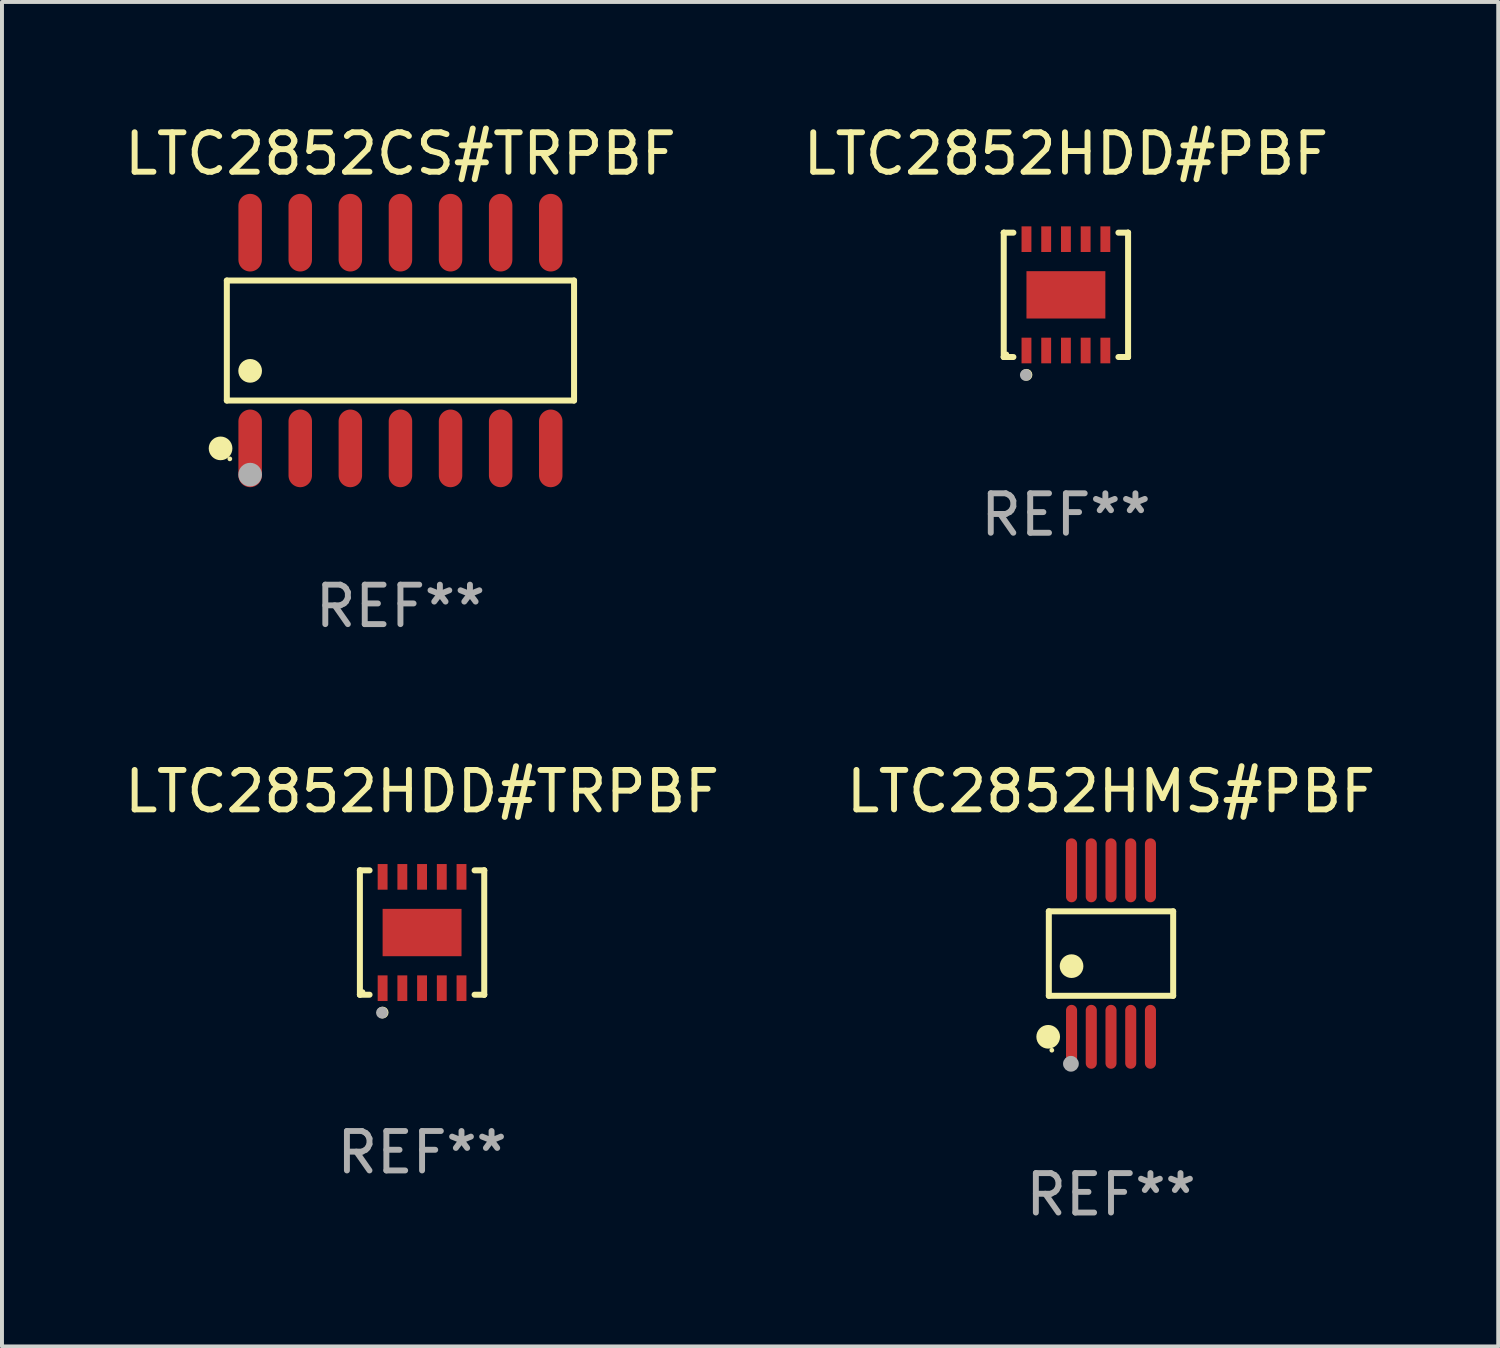
<source format=kicad_pcb>
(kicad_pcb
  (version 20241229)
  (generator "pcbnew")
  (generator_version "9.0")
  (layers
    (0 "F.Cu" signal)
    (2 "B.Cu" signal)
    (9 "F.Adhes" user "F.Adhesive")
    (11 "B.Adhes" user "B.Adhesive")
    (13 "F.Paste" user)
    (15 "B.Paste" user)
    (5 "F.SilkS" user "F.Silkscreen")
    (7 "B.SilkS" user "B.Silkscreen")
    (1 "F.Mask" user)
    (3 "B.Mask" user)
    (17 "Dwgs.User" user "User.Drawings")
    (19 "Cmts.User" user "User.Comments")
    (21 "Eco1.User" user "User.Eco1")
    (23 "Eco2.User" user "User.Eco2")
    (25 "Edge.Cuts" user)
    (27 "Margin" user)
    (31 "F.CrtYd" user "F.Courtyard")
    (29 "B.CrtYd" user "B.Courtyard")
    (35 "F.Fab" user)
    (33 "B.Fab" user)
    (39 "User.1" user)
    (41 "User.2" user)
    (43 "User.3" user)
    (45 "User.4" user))
  (footprint "LTC2852CS#TRPBF"
    (layer "F.Cu")
    (at 7.101 5.582)
    (property "Reference" "LTC2852CS#TRPBF" (at 0 -4.734 0) (layer "F.SilkS") (effects (font (size 1 1) (thickness 0.15))))
    (attr through_hole)
    (fp_line (start -4.401 -1.521) (end 4.401 -1.521) (stroke (width 0.152) (type solid)) (layer "F.SilkS"))
    (fp_line (start -4.401 1.521) (end -4.401 -1.521) (stroke (width 0.152) (type solid)) (layer "F.SilkS"))
    (fp_line (start 4.401 -1.521) (end 4.401 1.521) (stroke (width 0.152) (type solid)) (layer "F.SilkS"))
    (fp_line (start 4.401 1.521) (end -4.401 1.521) (stroke (width 0.152) (type solid)) (layer "F.SilkS"))
    (fp_circle (center -4.56 2.734) (end -4.41 2.734) (stroke (width 0.3) (type solid)) (fill no) (layer "F.SilkS"))
    (fp_circle (center -4.325 3) (end -4.295 3) (stroke (width 0.06) (type solid)) (fill no) (layer "F.SilkS"))
    (fp_circle (center -3.81 0.769) (end -3.66 0.769) (stroke (width 0.3) (type solid)) (fill no) (layer "F.SilkS"))
    (fp_circle (center -3.81 3.4) (end -3.66 3.4) (stroke (width 0.3) (type solid)) (fill no) (layer "F.Fab"))
    (fp_text user "REF**" (at 0 6.734 0) (layer "F.Fab") (effects (font (size 1 1) (thickness 0.15))))
    (pad "1" smd oval (at -3.81 2.734) (size 0.595 1.968) (layers "F.Cu" "F.Mask" "F.Paste"))
    (pad "2" smd oval (at -2.54 2.734) (size 0.595 1.968) (layers "F.Cu" "F.Mask" "F.Paste"))
    (pad "3" smd oval (at -1.27 2.734) (size 0.595 1.968) (layers "F.Cu" "F.Mask" "F.Paste"))
    (pad "4" smd oval (at 0 2.734) (size 0.595 1.968) (layers "F.Cu" "F.Mask" "F.Paste"))
    (pad "5" smd oval (at 1.27 2.734) (size 0.595 1.968) (layers "F.Cu" "F.Mask" "F.Paste"))
    (pad "6" smd oval (at 2.54 2.734) (size 0.595 1.968) (layers "F.Cu" "F.Mask" "F.Paste"))
    (pad "7" smd oval (at 3.81 2.734) (size 0.595 1.968) (layers "F.Cu" "F.Mask" "F.Paste"))
    (pad "8" smd oval (at 3.81 -2.734) (size 0.595 1.968) (layers "F.Cu" "F.Mask" "F.Paste"))
    (pad "9" smd oval (at 2.54 -2.734) (size 0.595 1.968) (layers "F.Cu" "F.Mask" "F.Paste"))
    (pad "10" smd oval (at 1.27 -2.734) (size 0.595 1.968) (layers "F.Cu" "F.Mask" "F.Paste"))
    (pad "11" smd oval (at 0 -2.734) (size 0.595 1.968) (layers "F.Cu" "F.Mask" "F.Paste"))
    (pad "12" smd oval (at -1.27 -2.734) (size 0.595 1.968) (layers "F.Cu" "F.Mask" "F.Paste"))
    (pad "13" smd oval (at -2.54 -2.734) (size 0.595 1.968) (layers "F.Cu" "F.Mask" "F.Paste"))
    (pad "14" smd oval (at -3.81 -2.734) (size 0.595 1.968) (layers "F.Cu" "F.Mask" "F.Paste")))
  (footprint "LTC2852HMS#PBF"
    (layer "F.Cu")
    (at 25.113 21.122)
    (property "Reference" "LTC2852HMS#PBF" (at 0 -4.11 0) (layer "F.SilkS") (effects (font (size 1 1) (thickness 0.15))))
    (attr through_hole)
    (fp_line (start -1.576 -1.071) (end 1.576 -1.071) (stroke (width 0.152) (type solid)) (layer "F.SilkS"))
    (fp_line (start -1.576 1.071) (end -1.576 -1.071) (stroke (width 0.152) (type solid)) (layer "F.SilkS"))
    (fp_line (start 1.576 -1.071) (end 1.576 1.071) (stroke (width 0.152) (type solid)) (layer "F.SilkS"))
    (fp_line (start 1.576 1.071) (end -1.576 1.071) (stroke (width 0.152) (type solid)) (layer "F.SilkS"))
    (fp_circle (center -1.592 2.11) (end -1.442 2.11) (stroke (width 0.3) (type solid)) (fill no) (layer "F.SilkS"))
    (fp_circle (center -1.5 2.45) (end -1.47 2.45) (stroke (width 0.06) (type solid)) (fill no) (layer "F.SilkS"))
    (fp_circle (center -1 0.319) (end -0.85 0.319) (stroke (width 0.3) (type solid)) (fill no) (layer "F.SilkS"))
    (fp_circle (center -1.016 2.794) (end -0.916 2.794) (stroke (width 0.2) (type solid)) (fill no) (layer "F.Fab"))
    (fp_text user "REF**" (at 0 6.11 0) (layer "F.Fab") (effects (font (size 1 1) (thickness 0.15))))
    (pad "1" smd oval (at -1 2.11) (size 0.28 1.62) (layers "F.Cu" "F.Mask" "F.Paste"))
    (pad "2" smd oval (at -0.5 2.11) (size 0.28 1.62) (layers "F.Cu" "F.Mask" "F.Paste"))
    (pad "3" smd oval (at 0 2.11) (size 0.28 1.62) (layers "F.Cu" "F.Mask" "F.Paste"))
    (pad "4" smd oval (at 0.5 2.11) (size 0.28 1.62) (layers "F.Cu" "F.Mask" "F.Paste"))
    (pad "5" smd oval (at 1 2.11) (size 0.28 1.62) (layers "F.Cu" "F.Mask" "F.Paste"))
    (pad "6" smd oval (at 1 -2.11) (size 0.28 1.62) (layers "F.Cu" "F.Mask" "F.Paste"))
    (pad "7" smd oval (at 0.5 -2.11) (size 0.28 1.62) (layers "F.Cu" "F.Mask" "F.Paste"))
    (pad "8" smd oval (at 0 -2.11) (size 0.28 1.62) (layers "F.Cu" "F.Mask" "F.Paste"))
    (pad "9" smd oval (at -0.5 -2.11) (size 0.28 1.62) (layers "F.Cu" "F.Mask" "F.Paste"))
    (pad "10" smd oval (at -1 -2.11) (size 0.28 1.62) (layers "F.Cu" "F.Mask" "F.Paste")))
  (footprint "LTC2852HDD#TRPBF"
    (layer "F.Cu")
    (at 7.649 20.589)
    (property "Reference" "LTC2852HDD#TRPBF" (at 0 -3.576 0) (layer "F.SilkS") (effects (font (size 1 1) (thickness 0.15))))
    (attr through_hole)
    (fp_line (start -1.576 -1.576) (end -1.576 -1.576) (stroke (width 0.152) (type solid)) (layer "F.SilkS"))
    (fp_line (start -1.576 -1.576) (end -1.331 -1.576) (stroke (width 0.152) (type solid)) (layer "F.SilkS"))
    (fp_line (start -1.576 1.576) (end -1.576 -1.576) (stroke (width 0.152) (type solid)) (layer "F.SilkS"))
    (fp_line (start -1.576 1.576) (end -1.576 1.576) (stroke (width 0.152) (type solid)) (layer "F.SilkS"))
    (fp_line (start -1.331 1.576) (end -1.576 1.576) (stroke (width 0.152) (type solid)) (layer "F.SilkS"))
    (fp_line (start 1.331 1.576) (end 1.576 1.576) (stroke (width 0.152) (type solid)) (layer "F.SilkS"))
    (fp_line (start 1.576 -1.576) (end 1.331 -1.576) (stroke (width 0.152) (type solid)) (layer "F.SilkS"))
    (fp_line (start 1.576 -1.576) (end 1.576 -1.576) (stroke (width 0.152) (type solid)) (layer "F.SilkS"))
    (fp_line (start 1.576 1.576) (end 1.576 -1.576) (stroke (width 0.152) (type solid)) (layer "F.SilkS"))
    (fp_line (start 1.576 1.576) (end 1.576 1.576) (stroke (width 0.152) (type solid)) (layer "F.SilkS"))
    (fp_circle (center -1.5 1.5) (end -1.47 1.5) (stroke (width 0.06) (type solid)) (fill no) (layer "F.SilkS"))
    (fp_circle (center -1 2.028) (end -0.925 2.028) (stroke (width 0.15) (type solid)) (fill no) (layer "F.SilkS"))
    (fp_circle (center -1.016 2.032) (end -0.941 2.032) (stroke (width 0.15) (type solid)) (fill no) (layer "F.Fab"))
    (fp_text user "REF**" (at 0 5.576 0) (layer "F.Fab") (effects (font (size 1 1) (thickness 0.15))))
    (pad "1" smd rect (at -1 1.411) (size 0.25 0.65) (layers "F.Cu" "F.Mask" "F.Paste"))
    (pad "2" smd rect (at -0.5 1.411) (size 0.25 0.65) (layers "F.Cu" "F.Mask" "F.Paste"))
    (pad "3" smd rect (at 0 1.411) (size 0.25 0.65) (layers "F.Cu" "F.Mask" "F.Paste"))
    (pad "4" smd rect (at 0.5 1.411) (size 0.25 0.65) (layers "F.Cu" "F.Mask" "F.Paste"))
    (pad "5" smd rect (at 1 1.411) (size 0.25 0.65) (layers "F.Cu" "F.Mask" "F.Paste"))
    (pad "6" smd rect (at 1 -1.411) (size 0.25 0.65) (layers "F.Cu" "F.Mask" "F.Paste"))
    (pad "7" smd rect (at 0.5 -1.411) (size 0.25 0.65) (layers "F.Cu" "F.Mask" "F.Paste"))
    (pad "8" smd rect (at 0 -1.411) (size 0.25 0.65) (layers "F.Cu" "F.Mask" "F.Paste"))
    (pad "9" smd rect (at -0.5 -1.411) (size 0.25 0.65) (layers "F.Cu" "F.Mask" "F.Paste"))
    (pad "10" smd rect (at -1 -1.411) (size 0.25 0.65) (layers "F.Cu" "F.Mask" "F.Paste"))
    (pad "11" smd rect (at 0 0) (size 2 1.2) (layers "F.Cu" "F.Mask" "F.Paste")))
  (footprint "LTC2852HDD#PBF"
    (layer "F.Cu")
    (at 23.97 4.424)
    (property "Reference" "LTC2852HDD#PBF" (at 0 -3.576 0) (layer "F.SilkS") (effects (font (size 1 1) (thickness 0.15))))
    (attr through_hole)
    (fp_line (start -1.576 -1.576) (end -1.576 -1.576) (stroke (width 0.152) (type solid)) (layer "F.SilkS"))
    (fp_line (start -1.576 -1.576) (end -1.331 -1.576) (stroke (width 0.152) (type solid)) (layer "F.SilkS"))
    (fp_line (start -1.576 1.576) (end -1.576 -1.576) (stroke (width 0.152) (type solid)) (layer "F.SilkS"))
    (fp_line (start -1.576 1.576) (end -1.576 1.576) (stroke (width 0.152) (type solid)) (layer "F.SilkS"))
    (fp_line (start -1.331 1.576) (end -1.576 1.576) (stroke (width 0.152) (type solid)) (layer "F.SilkS"))
    (fp_line (start 1.331 1.576) (end 1.576 1.576) (stroke (width 0.152) (type solid)) (layer "F.SilkS"))
    (fp_line (start 1.576 -1.576) (end 1.331 -1.576) (stroke (width 0.152) (type solid)) (layer "F.SilkS"))
    (fp_line (start 1.576 -1.576) (end 1.576 -1.576) (stroke (width 0.152) (type solid)) (layer "F.SilkS"))
    (fp_line (start 1.576 1.576) (end 1.576 -1.576) (stroke (width 0.152) (type solid)) (layer "F.SilkS"))
    (fp_line (start 1.576 1.576) (end 1.576 1.576) (stroke (width 0.152) (type solid)) (layer "F.SilkS"))
    (fp_circle (center -1.5 1.5) (end -1.47 1.5) (stroke (width 0.06) (type solid)) (fill no) (layer "F.SilkS"))
    (fp_circle (center -1 2.028) (end -0.925 2.028) (stroke (width 0.15) (type solid)) (fill no) (layer "F.SilkS"))
    (fp_circle (center -1.016 2.032) (end -0.941 2.032) (stroke (width 0.15) (type solid)) (fill no) (layer "F.Fab"))
    (fp_text user "REF**" (at 0 5.576 0) (layer "F.Fab") (effects (font (size 1 1) (thickness 0.15))))
    (pad "1" smd rect (at -1 1.411) (size 0.25 0.65) (layers "F.Cu" "F.Mask" "F.Paste"))
    (pad "2" smd rect (at -0.5 1.411) (size 0.25 0.65) (layers "F.Cu" "F.Mask" "F.Paste"))
    (pad "3" smd rect (at 0 1.411) (size 0.25 0.65) (layers "F.Cu" "F.Mask" "F.Paste"))
    (pad "4" smd rect (at 0.5 1.411) (size 0.25 0.65) (layers "F.Cu" "F.Mask" "F.Paste"))
    (pad "5" smd rect (at 1 1.411) (size 0.25 0.65) (layers "F.Cu" "F.Mask" "F.Paste"))
    (pad "6" smd rect (at 1 -1.411) (size 0.25 0.65) (layers "F.Cu" "F.Mask" "F.Paste"))
    (pad "7" smd rect (at 0.5 -1.411) (size 0.25 0.65) (layers "F.Cu" "F.Mask" "F.Paste"))
    (pad "8" smd rect (at 0 -1.411) (size 0.25 0.65) (layers "F.Cu" "F.Mask" "F.Paste"))
    (pad "9" smd rect (at -0.5 -1.411) (size 0.25 0.65) (layers "F.Cu" "F.Mask" "F.Paste"))
    (pad "10" smd rect (at -1 -1.411) (size 0.25 0.65) (layers "F.Cu" "F.Mask" "F.Paste"))
    (pad "11" smd rect (at 0 0) (size 2 1.2) (layers "F.Cu" "F.Mask" "F.Paste")))
  (gr_rect
    (start -3 -3)
    (end 34.929 31.081)
    (stroke (width 0.1) (type default))
    (fill no)
    (layer "Edge.Cuts")))
</source>
